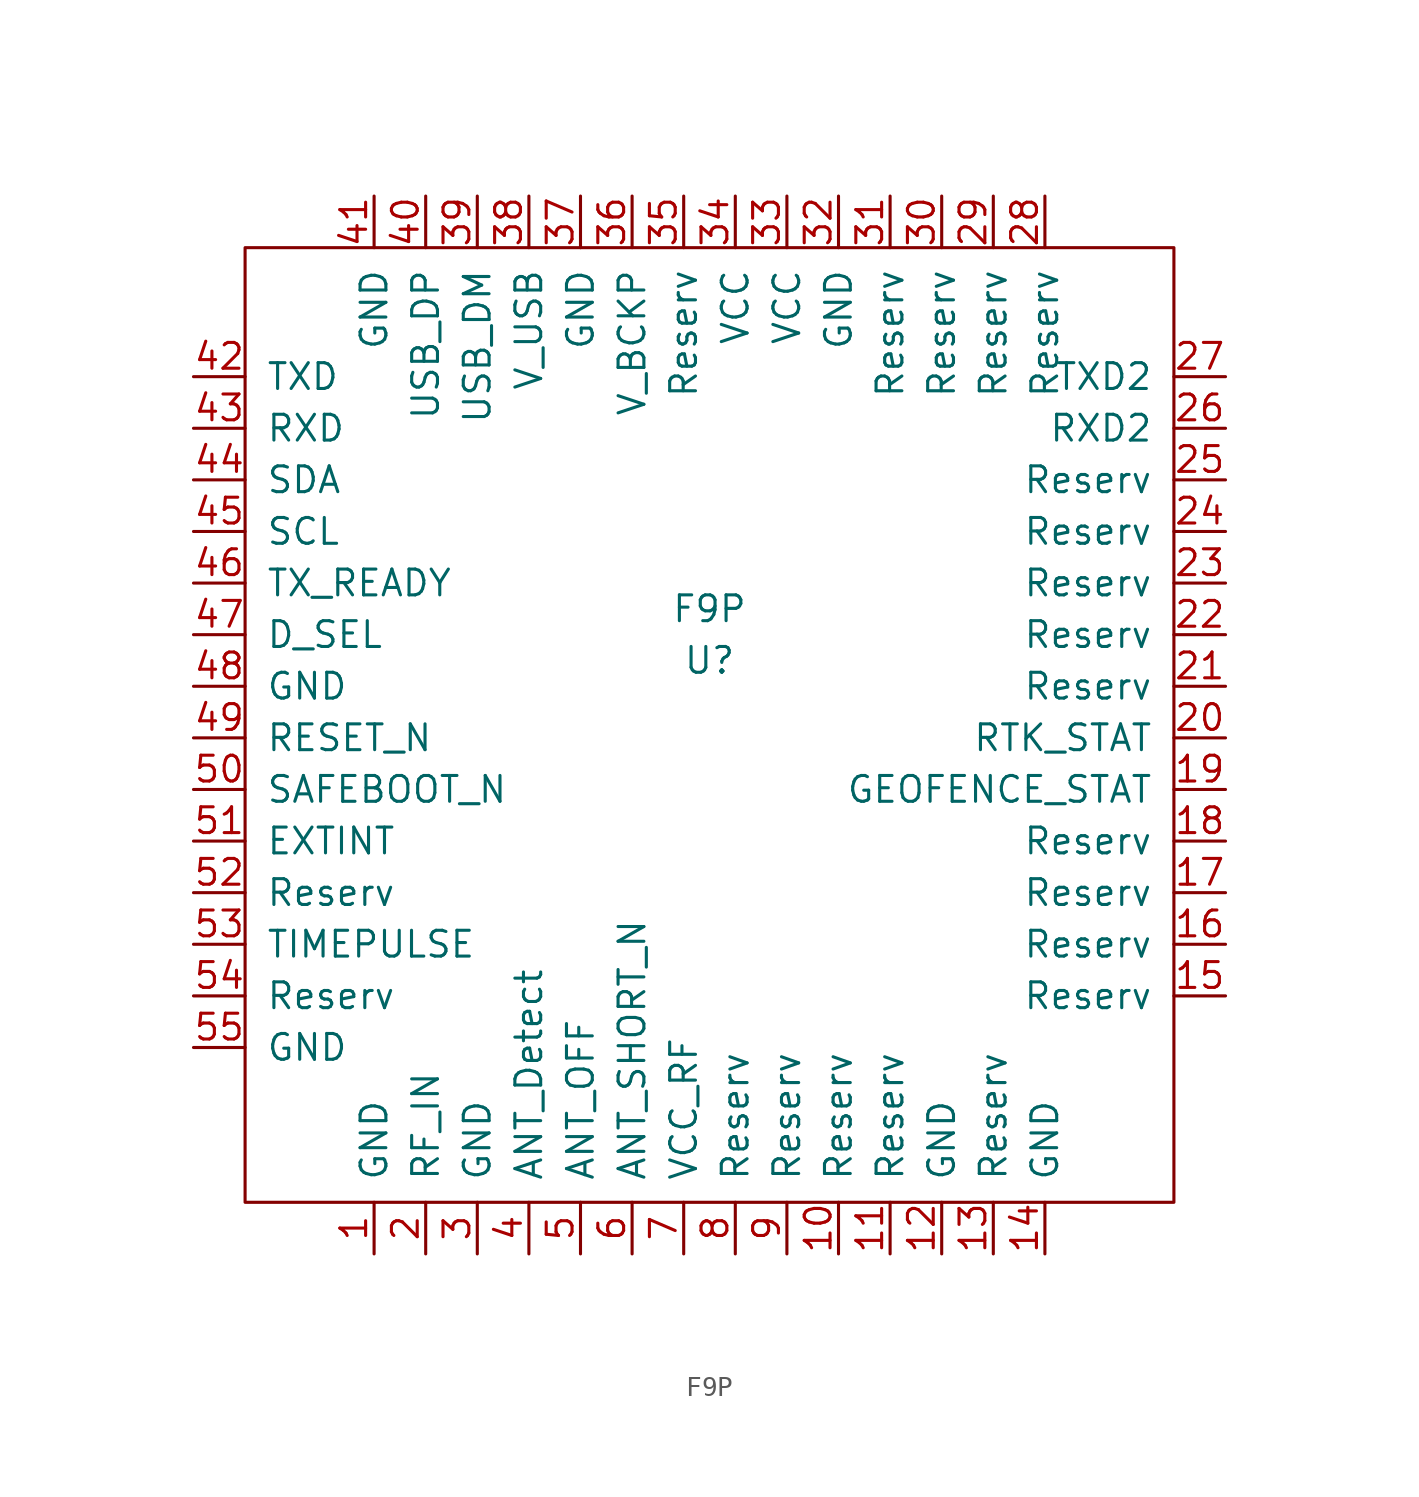
<source format=kicad_sym>
(kicad_symbol_lib
  (version 20211014)
  (generator kicad_symbol_editor)
  (symbol "F9P"
    (pin_names
      (offset 1.016))
    (property "Reference" "U"
      (at 8.89 26.67 0)
      (effects (font (size 1.27 1.27))))
    (property "Value" "F9P"
      (at 8.89 29.21 0)
      (effects (font (size 1.27 1.27))))
    (symbol "F9P_0_1"
      (rectangle (start -13.97 46.99) (end 31.75 0) (stroke (width 0) (type default) (color 0 0 0 0)) (fill (type none))))
    (symbol "F9P_1_1"
      (pin input line (at -7.62 -2.54 90) (length 2.54) (name "GND" (effects (font (size 1.27 1.27)))) (number "1" (effects (font (size 1.27 1.27)))))
      (pin output line (at 15.24 -2.54 90) (length 2.54) (name "Reserv" (effects (font (size 1.27 1.27)))) (number "10" (effects (font (size 1.27 1.27)))))
      (pin output line (at 17.78 -2.54 90) (length 2.54) (name "Reserv" (effects (font (size 1.27 1.27)))) (number "11" (effects (font (size 1.27 1.27)))))
      (pin output line (at 20.32 -2.54 90) (length 2.54) (name "GND" (effects (font (size 1.27 1.27)))) (number "12" (effects (font (size 1.27 1.27)))))
      (pin output line (at 22.86 -2.54 90) (length 2.54) (name "Reserv" (effects (font (size 1.27 1.27)))) (number "13" (effects (font (size 1.27 1.27)))))
      (pin output line (at 25.4 -2.54 90) (length 2.54) (name "GND" (effects (font (size 1.27 1.27)))) (number "14" (effects (font (size 1.27 1.27)))))
      (pin output line (at 34.29 10.16 180) (length 2.54) (name "Reserv" (effects (font (size 1.27 1.27)))) (number "15" (effects (font (size 1.27 1.27)))))
      (pin output line (at 34.29 12.7 180) (length 2.54) (name "Reserv" (effects (font (size 1.27 1.27)))) (number "16" (effects (font (size 1.27 1.27)))))
      (pin output line (at 34.29 15.24 180) (length 2.54) (name "Reserv" (effects (font (size 1.27 1.27)))) (number "17" (effects (font (size 1.27 1.27)))))
      (pin output line (at 34.29 17.78 180) (length 2.54) (name "Reserv" (effects (font (size 1.27 1.27)))) (number "18" (effects (font (size 1.27 1.27)))))
      (pin output line (at 34.29 20.32 180) (length 2.54) (name "GEOFENCE_STAT" (effects (font (size 1.27 1.27)))) (number "19" (effects (font (size 1.27 1.27)))))
      (pin input line (at -5.08 -2.54 90) (length 2.54) (name "RF_IN" (effects (font (size 1.27 1.27)))) (number "2" (effects (font (size 1.27 1.27)))))
      (pin output line (at 34.29 22.86 180) (length 2.54) (name "RTK_STAT" (effects (font (size 1.27 1.27)))) (number "20" (effects (font (size 1.27 1.27)))))
      (pin output line (at 34.29 25.4 180) (length 2.54) (name "Reserv" (effects (font (size 1.27 1.27)))) (number "21" (effects (font (size 1.27 1.27)))))
      (pin output line (at 34.29 27.94 180) (length 2.54) (name "Reserv" (effects (font (size 1.27 1.27)))) (number "22" (effects (font (size 1.27 1.27)))))
      (pin output line (at 34.29 30.48 180) (length 2.54) (name "Reserv" (effects (font (size 1.27 1.27)))) (number "23" (effects (font (size 1.27 1.27)))))
      (pin output line (at 34.29 33.02 180) (length 2.54) (name "Reserv" (effects (font (size 1.27 1.27)))) (number "24" (effects (font (size 1.27 1.27)))))
      (pin output line (at 34.29 35.56 180) (length 2.54) (name "Reserv" (effects (font (size 1.27 1.27)))) (number "25" (effects (font (size 1.27 1.27)))))
      (pin output line (at 34.29 38.1 180) (length 2.54) (name "RXD2" (effects (font (size 1.27 1.27)))) (number "26" (effects (font (size 1.27 1.27)))))
      (pin output line (at 34.29 40.64 180) (length 2.54) (name "TXD2" (effects (font (size 1.27 1.27)))) (number "27" (effects (font (size 1.27 1.27)))))
      (pin output line (at 25.4 49.53 270) (length 2.54) (name "Reserv" (effects (font (size 1.27 1.27)))) (number "28" (effects (font (size 1.27 1.27)))))
      (pin output line (at 22.86 49.53 270) (length 2.54) (name "Reserv" (effects (font (size 1.27 1.27)))) (number "29" (effects (font (size 1.27 1.27)))))
      (pin input line (at -2.54 -2.54 90) (length 2.54) (name "GND" (effects (font (size 1.27 1.27)))) (number "3" (effects (font (size 1.27 1.27)))))
      (pin output line (at 20.32 49.53 270) (length 2.54) (name "Reserv" (effects (font (size 1.27 1.27)))) (number "30" (effects (font (size 1.27 1.27)))))
      (pin output line (at 17.78 49.53 270) (length 2.54) (name "Reserv" (effects (font (size 1.27 1.27)))) (number "31" (effects (font (size 1.27 1.27)))))
      (pin output line (at 15.24 49.53 270) (length 2.54) (name "GND" (effects (font (size 1.27 1.27)))) (number "32" (effects (font (size 1.27 1.27)))))
      (pin output line (at 12.7 49.53 270) (length 2.54) (name "VCC" (effects (font (size 1.27 1.27)))) (number "33" (effects (font (size 1.27 1.27)))))
      (pin output line (at 10.16 49.53 270) (length 2.54) (name "VCC" (effects (font (size 1.27 1.27)))) (number "34" (effects (font (size 1.27 1.27)))))
      (pin output line (at 7.62 49.53 270) (length 2.54) (name "Reserv" (effects (font (size 1.27 1.27)))) (number "35" (effects (font (size 1.27 1.27)))))
      (pin output line (at 5.08 49.53 270) (length 2.54) (name "V_BCKP" (effects (font (size 1.27 1.27)))) (number "36" (effects (font (size 1.27 1.27)))))
      (pin output line (at 2.54 49.53 270) (length 2.54) (name "GND" (effects (font (size 1.27 1.27)))) (number "37" (effects (font (size 1.27 1.27)))))
      (pin output line (at 0 49.53 270) (length 2.54) (name "V_USB" (effects (font (size 1.27 1.27)))) (number "38" (effects (font (size 1.27 1.27)))))
      (pin output line (at -2.54 49.53 270) (length 2.54) (name "USB_DM" (effects (font (size 1.27 1.27)))) (number "39" (effects (font (size 1.27 1.27)))))
      (pin input line (at 0 -2.54 90) (length 2.54) (name "ANT_Detect" (effects (font (size 1.27 1.27)))) (number "4" (effects (font (size 1.27 1.27)))))
      (pin output line (at -5.08 49.53 270) (length 2.54) (name "USB_DP" (effects (font (size 1.27 1.27)))) (number "40" (effects (font (size 1.27 1.27)))))
      (pin output line (at -7.62 49.53 270) (length 2.54) (name "GND" (effects (font (size 1.27 1.27)))) (number "41" (effects (font (size 1.27 1.27)))))
      (pin output line (at -16.51 40.64 0) (length 2.54) (name "TXD" (effects (font (size 1.27 1.27)))) (number "42" (effects (font (size 1.27 1.27)))))
      (pin output line (at -16.51 38.1 0) (length 2.54) (name "RXD" (effects (font (size 1.27 1.27)))) (number "43" (effects (font (size 1.27 1.27)))))
      (pin output line (at -16.51 35.56 0) (length 2.54) (name "SDA" (effects (font (size 1.27 1.27)))) (number "44" (effects (font (size 1.27 1.27)))))
      (pin output line (at -16.51 33.02 0) (length 2.54) (name "SCL" (effects (font (size 1.27 1.27)))) (number "45" (effects (font (size 1.27 1.27)))))
      (pin output line (at -16.51 30.48 0) (length 2.54) (name "TX_READY" (effects (font (size 1.27 1.27)))) (number "46" (effects (font (size 1.27 1.27)))))
      (pin output line (at -16.51 27.94 0) (length 2.54) (name "D_SEL" (effects (font (size 1.27 1.27)))) (number "47" (effects (font (size 1.27 1.27)))))
      (pin output line (at -16.51 25.4 0) (length 2.54) (name "GND" (effects (font (size 1.27 1.27)))) (number "48" (effects (font (size 1.27 1.27)))))
      (pin output line (at -16.51 22.86 0) (length 2.54) (name "RESET_N" (effects (font (size 1.27 1.27)))) (number "49" (effects (font (size 1.27 1.27)))))
      (pin output line (at 2.54 -2.54 90) (length 2.54) (name "ANT_OFF" (effects (font (size 1.27 1.27)))) (number "5" (effects (font (size 1.27 1.27)))))
      (pin output line (at -16.51 20.32 0) (length 2.54) (name "SAFEBOOT_N" (effects (font (size 1.27 1.27)))) (number "50" (effects (font (size 1.27 1.27)))))
      (pin output line (at -16.51 17.78 0) (length 2.54) (name "EXTINT" (effects (font (size 1.27 1.27)))) (number "51" (effects (font (size 1.27 1.27)))))
      (pin output line (at -16.51 15.24 0) (length 2.54) (name "Reserv" (effects (font (size 1.27 1.27)))) (number "52" (effects (font (size 1.27 1.27)))))
      (pin output line (at -16.51 12.7 0) (length 2.54) (name "TIMEPULSE" (effects (font (size 1.27 1.27)))) (number "53" (effects (font (size 1.27 1.27)))))
      (pin output line (at -16.51 10.16 0) (length 2.54) (name "Reserv" (effects (font (size 1.27 1.27)))) (number "54" (effects (font (size 1.27 1.27)))))
      (pin output line (at -16.51 7.62 0) (length 2.54) (name "GND" (effects (font (size 1.27 1.27)))) (number "55" (effects (font (size 1.27 1.27)))))
      (pin input line (at 5.08 -2.54 90) (length 2.54) (name "ANT_SHORT_N" (effects (font (size 1.27 1.27)))) (number "6" (effects (font (size 1.27 1.27)))))
      (pin output line (at 7.62 -2.54 90) (length 2.54) (name "VCC_RF" (effects (font (size 1.27 1.27)))) (number "7" (effects (font (size 1.27 1.27)))))
      (pin output line (at 10.16 -2.54 90) (length 2.54) (name "Reserv" (effects (font (size 1.27 1.27)))) (number "8" (effects (font (size 1.27 1.27)))))
      (pin output line (at 12.7 -2.54 90) (length 2.54) (name "Reserv" (effects (font (size 1.27 1.27)))) (number "9" (effects (font (size 1.27 1.27))))))))
</source>
